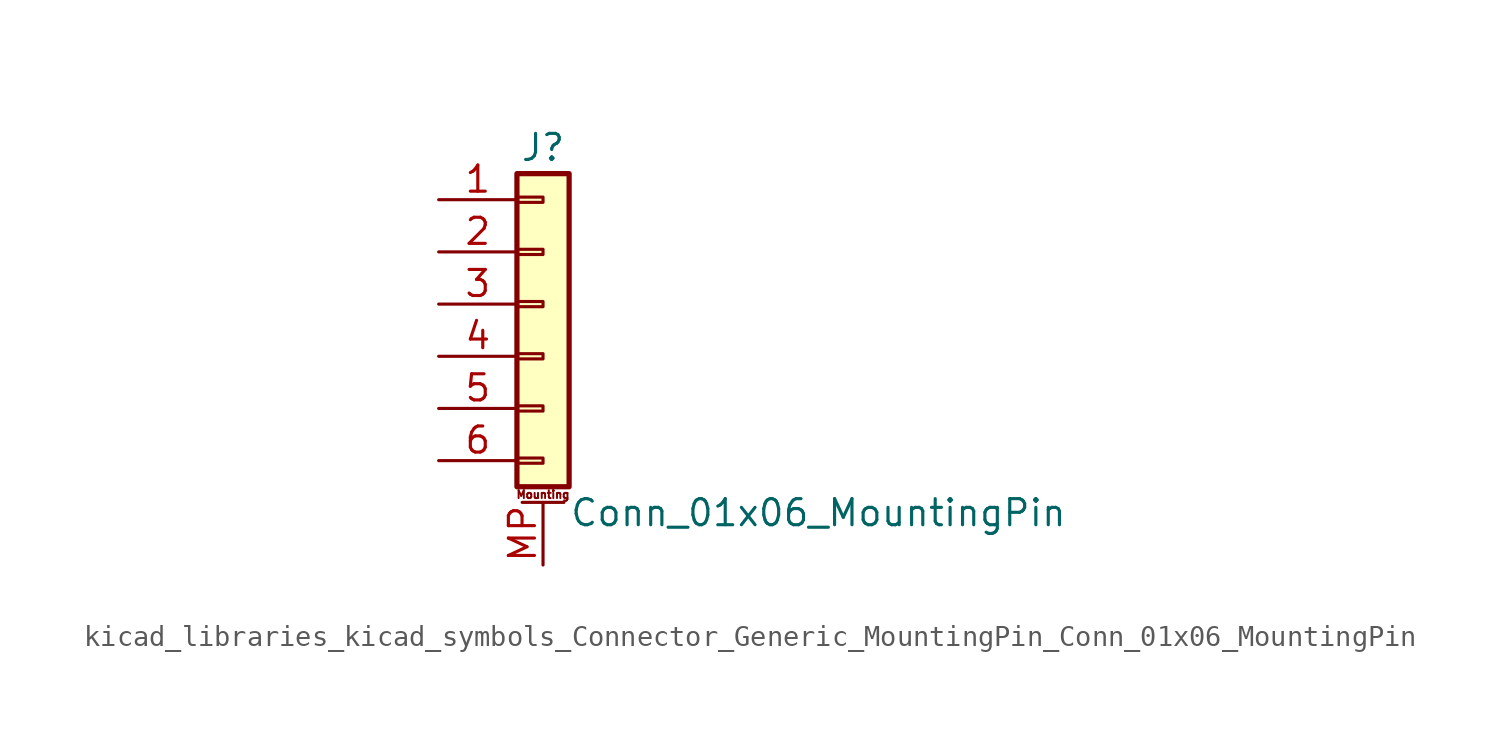
<source format=kicad_sym>
(kicad_symbol_lib
  (version 20220914)
  (generator kicad_symbol_editor)
  (symbol "kicad_libraries_kicad_symbols_Connector_Generic_MountingPin_Conn_01x06_MountingPin"
    (pin_names
      (offset 1.016) hide)
    (property "Reference" "J"
      (at 0 7.62 0)
      (effects (font (size 1.27 1.27))))
    (property "Value" "Conn_01x06_MountingPin"
      (at 1.27 -10.16 0)
      (effects (font (size 1.27 1.27)) (justify left)))
    (symbol "kicad_libraries_kicad_symbols_Connector_Generic_MountingPin_Conn_01x06_MountingPin_1_1"
      (rectangle (start -1.27 -7.493) (end 0 -7.747) (stroke (width 0.152) (type default)) (fill (type none)))
      (rectangle (start -1.27 -4.953) (end 0 -5.207) (stroke (width 0.152) (type default)) (fill (type none)))
      (rectangle (start -1.27 -2.413) (end 0 -2.667) (stroke (width 0.152) (type default)) (fill (type none)))
      (rectangle (start -1.27 0.127) (end 0 -0.127) (stroke (width 0.152) (type default)) (fill (type none)))
      (rectangle (start -1.27 2.667) (end 0 2.413) (stroke (width 0.152) (type default)) (fill (type none)))
      (rectangle (start -1.27 5.207) (end 0 4.953) (stroke (width 0.152) (type default)) (fill (type none)))
      (rectangle (start -1.27 6.35) (end 1.27 -8.89) (stroke (width 0.254) (type default)) (fill (type background)))
      (polyline (pts (xy -1.016 -9.652) (xy 1.016 -9.652)) (stroke (width 0.152) (type default)) (fill (type none)))
      (text "Mounting" (at 0 -9.271 0) (effects (font (size 0.381 0.381))))
      (pin passive line (at -5.08 5.08 0) (length 3.81) (name "Pin_1" (effects (font (size 1.27 1.27)))) (number "1" (effects (font (size 1.27 1.27)))))
      (pin passive line (at -5.08 2.54 0) (length 3.81) (name "Pin_2" (effects (font (size 1.27 1.27)))) (number "2" (effects (font (size 1.27 1.27)))))
      (pin passive line (at -5.08 0 0) (length 3.81) (name "Pin_3" (effects (font (size 1.27 1.27)))) (number "3" (effects (font (size 1.27 1.27)))))
      (pin passive line (at -5.08 -2.54 0) (length 3.81) (name "Pin_4" (effects (font (size 1.27 1.27)))) (number "4" (effects (font (size 1.27 1.27)))))
      (pin passive line (at -5.08 -5.08 0) (length 3.81) (name "Pin_5" (effects (font (size 1.27 1.27)))) (number "5" (effects (font (size 1.27 1.27)))))
      (pin passive line (at -5.08 -7.62 0) (length 3.81) (name "Pin_6" (effects (font (size 1.27 1.27)))) (number "6" (effects (font (size 1.27 1.27)))))
      (pin passive line (at 0 -12.7 90) (length 3.048) (name "MountPin" (effects (font (size 1.27 1.27)))) (number "MP" (effects (font (size 1.27 1.27))))))))
</source>
